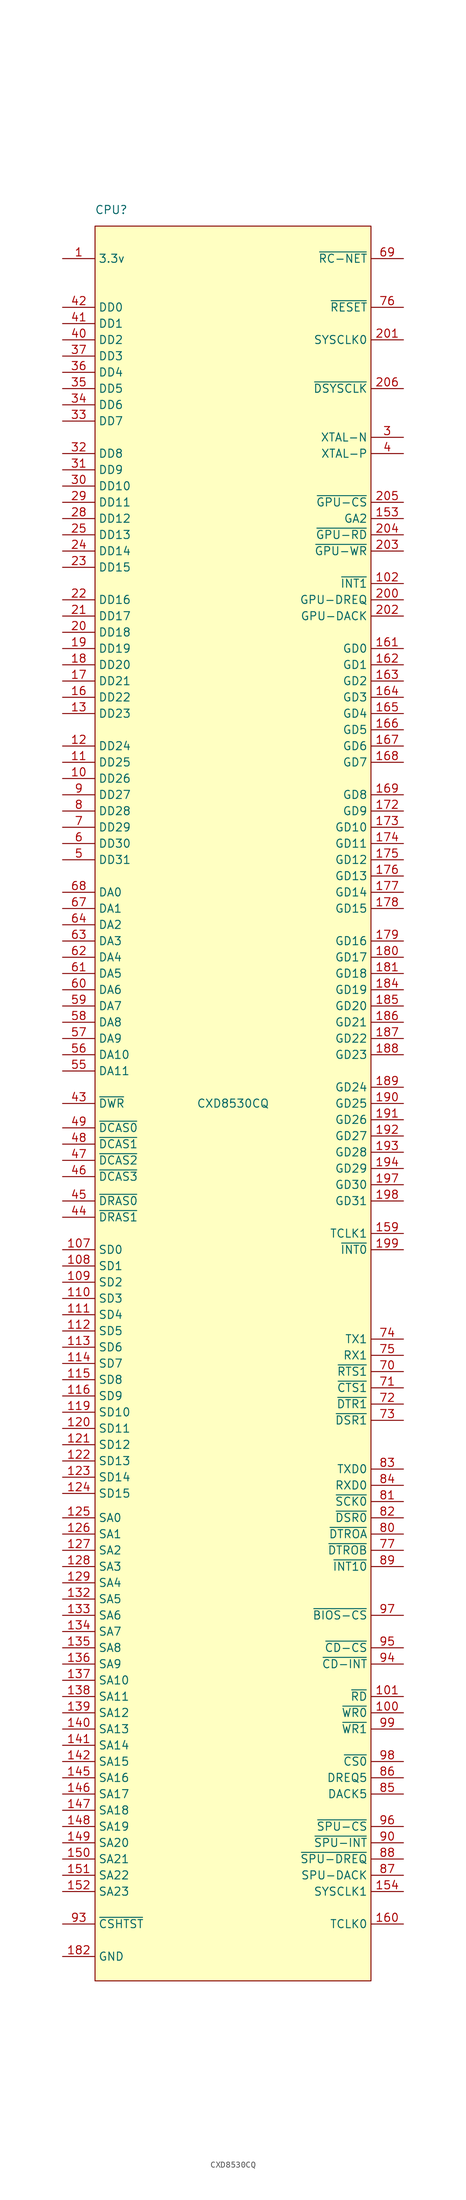
<source format=kicad_sym>
(kicad_symbol_lib
  (version 20211014)
  (generator kicad_symbol_editor)
  (symbol "CXD8530CQ"
    (property "Reference" "CPU"
      (at -19.05 139.7 0)
      (effects (font (size 1.27 1.27))))
    (property "Value" "CXD8530CQ"
      (at 0 0 0)
      (effects (font (size 1.27 1.27))))
    (symbol "CXD8530CQ_0_0"
      (pin output line (at -26.67 -123.19 0) (length 5.08) (name "SA23" (effects (font (size 1.27 1.27)))) (number "152" (effects (font (size 1.27 1.27)))))
      (pin bidirectional line (at 26.67 63.5 180) (length 5.08) (name "GD3" (effects (font (size 1.27 1.27)))) (number "164" (effects (font (size 1.27 1.27)))))
      (pin bidirectional line (at 26.67 0 180) (length 5.08) (name "GD25" (effects (font (size 1.27 1.27)))) (number "190" (effects (font (size 1.27 1.27)))))
      (pin bidirectional line (at 26.67 -10.16 180) (length 5.08) (name "GD29" (effects (font (size 1.27 1.27)))) (number "194" (effects (font (size 1.27 1.27)))))
      (pin bidirectional line (at 26.67 -15.24 180) (length 5.08) (name "GD31" (effects (font (size 1.27 1.27)))) (number "198" (effects (font (size 1.27 1.27)))))
      (pin input line (at 26.67 78.74 180) (length 5.08) (name "GPU-DREQ" (effects (font (size 1.27 1.27)))) (number "200" (effects (font (size 1.27 1.27)))))
      (pin output line (at 26.67 88.9 180) (length 5.08) (name "~{GPU-RD}" (effects (font (size 1.27 1.27)))) (number "204" (effects (font (size 1.27 1.27)))))
      (pin passive line (at -26.67 -133.35 0) (length 5.08) hide (name "GND" (effects (font (size 1.27 1.27)))) (number "207" (effects (font (size 1.27 1.27))))))
    (symbol "CXD8530CQ_0_1"
      (rectangle (start -21.59 137.16) (end 21.59 -137.16) (stroke (width 0) (type default) (color 0 0 0 0)) (fill (type background)))
      (pin passive line (at -26.67 -133.35 0) (length 5.08) hide (name "GND" (effects (font (size 1.27 1.27)))) (number "155" (effects (font (size 1.27 1.27)))))
      (pin bidirectional line (at 26.67 40.64 180) (length 5.08) (name "GD11" (effects (font (size 1.27 1.27)))) (number "174" (effects (font (size 1.27 1.27)))))
      (pin bidirectional line (at 26.67 17.78 180) (length 5.08) (name "GD19" (effects (font (size 1.27 1.27)))) (number "184" (effects (font (size 1.27 1.27))))))
    (symbol "CXD8530CQ_1_1"
      (pin power_in line (at -26.67 132.08 0) (length 5.08) (name "3.3v" (effects (font (size 1.27 1.27)))) (number "1" (effects (font (size 1.27 1.27)))))
      (pin tri_state line (at -26.67 50.8 0) (length 5.08) (name "DD26" (effects (font (size 1.27 1.27)))) (number "10" (effects (font (size 1.27 1.27)))))
      (pin output line (at 26.67 -95.25 180) (length 5.08) (name "~{WR0}" (effects (font (size 1.27 1.27)))) (number "100" (effects (font (size 1.27 1.27)))))
      (pin input line (at 26.67 -92.71 180) (length 5.08) (name "~{RD}" (effects (font (size 1.27 1.27)))) (number "101" (effects (font (size 1.27 1.27)))))
      (pin passive line (at 26.67 81.28 180) (length 5.08) (name "~{INT1}" (effects (font (size 1.27 1.27)))) (number "102" (effects (font (size 1.27 1.27)))))
      (pin passive line (at -26.67 132.08 0) (length 5.08) hide (name "3.3v" (effects (font (size 1.27 1.27)))) (number "103" (effects (font (size 1.27 1.27)))))
      (pin passive line (at -26.67 -133.35 0) (length 5.08) hide (name "GND" (effects (font (size 1.27 1.27)))) (number "104" (effects (font (size 1.27 1.27)))))
      (pin passive line (at -26.67 132.08 0) (length 5.08) hide (name "3.3v" (effects (font (size 1.27 1.27)))) (number "105" (effects (font (size 1.27 1.27)))))
      (pin passive line (at -26.67 132.08 0) (length 5.08) hide (name "3.3v" (effects (font (size 1.27 1.27)))) (number "106" (effects (font (size 1.27 1.27)))))
      (pin tri_state line (at -26.67 -22.86 0) (length 5.08) (name "SD0" (effects (font (size 1.27 1.27)))) (number "107" (effects (font (size 1.27 1.27)))))
      (pin tri_state line (at -26.67 -25.4 0) (length 5.08) (name "SD1" (effects (font (size 1.27 1.27)))) (number "108" (effects (font (size 1.27 1.27)))))
      (pin tri_state line (at -26.67 -27.94 0) (length 5.08) (name "SD2" (effects (font (size 1.27 1.27)))) (number "109" (effects (font (size 1.27 1.27)))))
      (pin tri_state line (at -26.67 53.34 0) (length 5.08) (name "DD25" (effects (font (size 1.27 1.27)))) (number "11" (effects (font (size 1.27 1.27)))))
      (pin tri_state line (at -26.67 -30.48 0) (length 5.08) (name "SD3" (effects (font (size 1.27 1.27)))) (number "110" (effects (font (size 1.27 1.27)))))
      (pin tri_state line (at -26.67 -33.02 0) (length 5.08) (name "SD4" (effects (font (size 1.27 1.27)))) (number "111" (effects (font (size 1.27 1.27)))))
      (pin tri_state line (at -26.67 -35.56 0) (length 5.08) (name "SD5" (effects (font (size 1.27 1.27)))) (number "112" (effects (font (size 1.27 1.27)))))
      (pin tri_state line (at -26.67 -38.1 0) (length 5.08) (name "SD6" (effects (font (size 1.27 1.27)))) (number "113" (effects (font (size 1.27 1.27)))))
      (pin tri_state line (at -26.67 -40.64 0) (length 5.08) (name "SD7" (effects (font (size 1.27 1.27)))) (number "114" (effects (font (size 1.27 1.27)))))
      (pin tri_state line (at -26.67 -43.18 0) (length 5.08) (name "SD8" (effects (font (size 1.27 1.27)))) (number "115" (effects (font (size 1.27 1.27)))))
      (pin tri_state line (at -26.67 -45.72 0) (length 5.08) (name "SD9" (effects (font (size 1.27 1.27)))) (number "116" (effects (font (size 1.27 1.27)))))
      (pin passive line (at -26.67 -133.35 0) (length 5.08) hide (name "GND" (effects (font (size 1.27 1.27)))) (number "117" (effects (font (size 1.27 1.27)))))
      (pin passive line (at -26.67 132.08 0) (length 5.08) hide (name "3.3v" (effects (font (size 1.27 1.27)))) (number "118" (effects (font (size 1.27 1.27)))))
      (pin tri_state line (at -26.67 -48.26 0) (length 5.08) (name "SD10" (effects (font (size 1.27 1.27)))) (number "119" (effects (font (size 1.27 1.27)))))
      (pin tri_state line (at -26.67 55.88 0) (length 5.08) (name "DD24" (effects (font (size 1.27 1.27)))) (number "12" (effects (font (size 1.27 1.27)))))
      (pin tri_state line (at -26.67 -50.8 0) (length 5.08) (name "SD11" (effects (font (size 1.27 1.27)))) (number "120" (effects (font (size 1.27 1.27)))))
      (pin tri_state line (at -26.67 -53.34 0) (length 5.08) (name "SD12" (effects (font (size 1.27 1.27)))) (number "121" (effects (font (size 1.27 1.27)))))
      (pin tri_state line (at -26.67 -55.88 0) (length 5.08) (name "SD13" (effects (font (size 1.27 1.27)))) (number "122" (effects (font (size 1.27 1.27)))))
      (pin tri_state line (at -26.67 -58.42 0) (length 5.08) (name "SD14" (effects (font (size 1.27 1.27)))) (number "123" (effects (font (size 1.27 1.27)))))
      (pin tri_state line (at -26.67 -60.96 0) (length 5.08) (name "SD15" (effects (font (size 1.27 1.27)))) (number "124" (effects (font (size 1.27 1.27)))))
      (pin output line (at -26.67 -64.77 0) (length 5.08) (name "SA0" (effects (font (size 1.27 1.27)))) (number "125" (effects (font (size 1.27 1.27)))))
      (pin output line (at -26.67 -67.31 0) (length 5.08) (name "SA1" (effects (font (size 1.27 1.27)))) (number "126" (effects (font (size 1.27 1.27)))))
      (pin output line (at -26.67 -69.85 0) (length 5.08) (name "SA2" (effects (font (size 1.27 1.27)))) (number "127" (effects (font (size 1.27 1.27)))))
      (pin output line (at -26.67 -72.39 0) (length 5.08) (name "SA3" (effects (font (size 1.27 1.27)))) (number "128" (effects (font (size 1.27 1.27)))))
      (pin output line (at -26.67 -74.93 0) (length 5.08) (name "SA4" (effects (font (size 1.27 1.27)))) (number "129" (effects (font (size 1.27 1.27)))))
      (pin tri_state line (at -26.67 60.96 0) (length 5.08) (name "DD23" (effects (font (size 1.27 1.27)))) (number "13" (effects (font (size 1.27 1.27)))))
      (pin passive line (at -26.67 -133.35 0) (length 5.08) hide (name "GND" (effects (font (size 1.27 1.27)))) (number "130" (effects (font (size 1.27 1.27)))))
      (pin passive line (at -26.67 132.08 0) (length 5.08) hide (name "3.3v" (effects (font (size 1.27 1.27)))) (number "131" (effects (font (size 1.27 1.27)))))
      (pin output line (at -26.67 -77.47 0) (length 5.08) (name "SA5" (effects (font (size 1.27 1.27)))) (number "132" (effects (font (size 1.27 1.27)))))
      (pin output line (at -26.67 -80.01 0) (length 5.08) (name "SA6" (effects (font (size 1.27 1.27)))) (number "133" (effects (font (size 1.27 1.27)))))
      (pin output line (at -26.67 -82.55 0) (length 5.08) (name "SA7" (effects (font (size 1.27 1.27)))) (number "134" (effects (font (size 1.27 1.27)))))
      (pin output line (at -26.67 -85.09 0) (length 5.08) (name "SA8" (effects (font (size 1.27 1.27)))) (number "135" (effects (font (size 1.27 1.27)))))
      (pin output line (at -26.67 -87.63 0) (length 5.08) (name "SA9" (effects (font (size 1.27 1.27)))) (number "136" (effects (font (size 1.27 1.27)))))
      (pin output line (at -26.67 -90.17 0) (length 5.08) (name "SA10" (effects (font (size 1.27 1.27)))) (number "137" (effects (font (size 1.27 1.27)))))
      (pin output line (at -26.67 -92.71 0) (length 5.08) (name "SA11" (effects (font (size 1.27 1.27)))) (number "138" (effects (font (size 1.27 1.27)))))
      (pin output line (at -26.67 -95.25 0) (length 5.08) (name "SA12" (effects (font (size 1.27 1.27)))) (number "139" (effects (font (size 1.27 1.27)))))
      (pin passive line (at -26.67 132.08 0) (length 5.08) hide (name "3.3v" (effects (font (size 1.27 1.27)))) (number "14" (effects (font (size 1.27 1.27)))))
      (pin output line (at -26.67 -97.79 0) (length 5.08) (name "SA13" (effects (font (size 1.27 1.27)))) (number "140" (effects (font (size 1.27 1.27)))))
      (pin output line (at -26.67 -100.33 0) (length 5.08) (name "SA14" (effects (font (size 1.27 1.27)))) (number "141" (effects (font (size 1.27 1.27)))))
      (pin output line (at -26.67 -102.87 0) (length 5.08) (name "SA15" (effects (font (size 1.27 1.27)))) (number "142" (effects (font (size 1.27 1.27)))))
      (pin passive line (at -26.67 -133.35 0) (length 5.08) hide (name "GND" (effects (font (size 1.27 1.27)))) (number "143" (effects (font (size 1.27 1.27)))))
      (pin passive line (at -26.67 132.08 0) (length 5.08) hide (name "3.3v" (effects (font (size 1.27 1.27)))) (number "144" (effects (font (size 1.27 1.27)))))
      (pin output line (at -26.67 -105.41 0) (length 5.08) (name "SA16" (effects (font (size 1.27 1.27)))) (number "145" (effects (font (size 1.27 1.27)))))
      (pin output line (at -26.67 -107.95 0) (length 5.08) (name "SA17" (effects (font (size 1.27 1.27)))) (number "146" (effects (font (size 1.27 1.27)))))
      (pin output line (at -26.67 -110.49 0) (length 5.08) (name "SA18" (effects (font (size 1.27 1.27)))) (number "147" (effects (font (size 1.27 1.27)))))
      (pin output line (at -26.67 -113.03 0) (length 5.08) (name "SA19" (effects (font (size 1.27 1.27)))) (number "148" (effects (font (size 1.27 1.27)))))
      (pin output line (at -26.67 -115.57 0) (length 5.08) (name "SA20" (effects (font (size 1.27 1.27)))) (number "149" (effects (font (size 1.27 1.27)))))
      (pin passive line (at -26.67 -133.35 0) (length 5.08) hide (name "GND" (effects (font (size 1.27 1.27)))) (number "15" (effects (font (size 1.27 1.27)))))
      (pin output line (at -26.67 -118.11 0) (length 5.08) (name "SA21" (effects (font (size 1.27 1.27)))) (number "150" (effects (font (size 1.27 1.27)))))
      (pin output line (at -26.67 -120.65 0) (length 5.08) (name "SA22" (effects (font (size 1.27 1.27)))) (number "151" (effects (font (size 1.27 1.27)))))
      (pin output line (at 26.67 91.44 180) (length 5.08) (name "GA2" (effects (font (size 1.27 1.27)))) (number "153" (effects (font (size 1.27 1.27)))))
      (pin output line (at 26.67 -123.19 180) (length 5.08) (name "SYSCLK1" (effects (font (size 1.27 1.27)))) (number "154" (effects (font (size 1.27 1.27)))))
      (pin passive line (at -26.67 -133.35 0) (length 5.08) hide (name "GND" (effects (font (size 1.27 1.27)))) (number "156" (effects (font (size 1.27 1.27)))))
      (pin passive line (at -26.67 132.08 0) (length 5.08) hide (name "3.3v" (effects (font (size 1.27 1.27)))) (number "157" (effects (font (size 1.27 1.27)))))
      (pin passive line (at -26.67 132.08 0) (length 5.08) hide (name "3.3v" (effects (font (size 1.27 1.27)))) (number "158" (effects (font (size 1.27 1.27)))))
      (pin output line (at 26.67 -20.32 180) (length 5.08) (name "TCLK1" (effects (font (size 1.27 1.27)))) (number "159" (effects (font (size 1.27 1.27)))))
      (pin tri_state line (at -26.67 63.5 0) (length 5.08) (name "DD22" (effects (font (size 1.27 1.27)))) (number "16" (effects (font (size 1.27 1.27)))))
      (pin output line (at 26.67 -128.27 180) (length 5.08) (name "TCLK0" (effects (font (size 1.27 1.27)))) (number "160" (effects (font (size 1.27 1.27)))))
      (pin bidirectional line (at 26.67 71.12 180) (length 5.08) (name "GD0" (effects (font (size 1.27 1.27)))) (number "161" (effects (font (size 1.27 1.27)))))
      (pin bidirectional line (at 26.67 68.58 180) (length 5.08) (name "GD1" (effects (font (size 1.27 1.27)))) (number "162" (effects (font (size 1.27 1.27)))))
      (pin bidirectional line (at 26.67 66.04 180) (length 5.08) (name "GD2" (effects (font (size 1.27 1.27)))) (number "163" (effects (font (size 1.27 1.27)))))
      (pin bidirectional line (at 26.67 60.96 180) (length 5.08) (name "GD4" (effects (font (size 1.27 1.27)))) (number "165" (effects (font (size 1.27 1.27)))))
      (pin bidirectional line (at 26.67 58.42 180) (length 5.08) (name "GD5" (effects (font (size 1.27 1.27)))) (number "166" (effects (font (size 1.27 1.27)))))
      (pin bidirectional line (at 26.67 55.88 180) (length 5.08) (name "GD6" (effects (font (size 1.27 1.27)))) (number "167" (effects (font (size 1.27 1.27)))))
      (pin bidirectional line (at 26.67 53.34 180) (length 5.08) (name "GD7" (effects (font (size 1.27 1.27)))) (number "168" (effects (font (size 1.27 1.27)))))
      (pin bidirectional line (at 26.67 48.26 180) (length 5.08) (name "GD8" (effects (font (size 1.27 1.27)))) (number "169" (effects (font (size 1.27 1.27)))))
      (pin tri_state line (at -26.67 66.04 0) (length 5.08) (name "DD21" (effects (font (size 1.27 1.27)))) (number "17" (effects (font (size 1.27 1.27)))))
      (pin passive line (at -26.67 -133.35 0) (length 5.08) hide (name "GND" (effects (font (size 1.27 1.27)))) (number "170" (effects (font (size 1.27 1.27)))))
      (pin passive line (at -26.67 132.08 0) (length 5.08) hide (name "3.3v" (effects (font (size 1.27 1.27)))) (number "171" (effects (font (size 1.27 1.27)))))
      (pin bidirectional line (at 26.67 45.72 180) (length 5.08) (name "GD9" (effects (font (size 1.27 1.27)))) (number "172" (effects (font (size 1.27 1.27)))))
      (pin bidirectional line (at 26.67 43.18 180) (length 5.08) (name "GD10" (effects (font (size 1.27 1.27)))) (number "173" (effects (font (size 1.27 1.27)))))
      (pin bidirectional line (at 26.67 38.1 180) (length 5.08) (name "GD12" (effects (font (size 1.27 1.27)))) (number "175" (effects (font (size 1.27 1.27)))))
      (pin bidirectional line (at 26.67 35.56 180) (length 5.08) (name "GD13" (effects (font (size 1.27 1.27)))) (number "176" (effects (font (size 1.27 1.27)))))
      (pin bidirectional line (at 26.67 33.02 180) (length 5.08) (name "GD14" (effects (font (size 1.27 1.27)))) (number "177" (effects (font (size 1.27 1.27)))))
      (pin bidirectional line (at 26.67 30.48 180) (length 5.08) (name "GD15" (effects (font (size 1.27 1.27)))) (number "178" (effects (font (size 1.27 1.27)))))
      (pin bidirectional line (at 26.67 25.4 180) (length 5.08) (name "GD16" (effects (font (size 1.27 1.27)))) (number "179" (effects (font (size 1.27 1.27)))))
      (pin tri_state line (at -26.67 68.58 0) (length 5.08) (name "DD20" (effects (font (size 1.27 1.27)))) (number "18" (effects (font (size 1.27 1.27)))))
      (pin bidirectional line (at 26.67 22.86 180) (length 5.08) (name "GD17" (effects (font (size 1.27 1.27)))) (number "180" (effects (font (size 1.27 1.27)))))
      (pin bidirectional line (at 26.67 20.32 180) (length 5.08) (name "GD18" (effects (font (size 1.27 1.27)))) (number "181" (effects (font (size 1.27 1.27)))))
      (pin passive line (at -26.67 -133.35 0) (length 5.08) (name "GND" (effects (font (size 1.27 1.27)))) (number "182" (effects (font (size 1.27 1.27)))))
      (pin passive line (at -26.67 132.08 0) (length 5.08) hide (name "3.3v" (effects (font (size 1.27 1.27)))) (number "183" (effects (font (size 1.27 1.27)))))
      (pin bidirectional line (at 26.67 15.24 180) (length 5.08) (name "GD20" (effects (font (size 1.27 1.27)))) (number "185" (effects (font (size 1.27 1.27)))))
      (pin bidirectional line (at 26.67 12.7 180) (length 5.08) (name "GD21" (effects (font (size 1.27 1.27)))) (number "186" (effects (font (size 1.27 1.27)))))
      (pin bidirectional line (at 26.67 10.16 180) (length 5.08) (name "GD22" (effects (font (size 1.27 1.27)))) (number "187" (effects (font (size 1.27 1.27)))))
      (pin bidirectional line (at 26.67 7.62 180) (length 5.08) (name "GD23" (effects (font (size 1.27 1.27)))) (number "188" (effects (font (size 1.27 1.27)))))
      (pin bidirectional line (at 26.67 2.54 180) (length 5.08) (name "GD24" (effects (font (size 1.27 1.27)))) (number "189" (effects (font (size 1.27 1.27)))))
      (pin tri_state line (at -26.67 71.12 0) (length 5.08) (name "DD19" (effects (font (size 1.27 1.27)))) (number "19" (effects (font (size 1.27 1.27)))))
      (pin bidirectional line (at 26.67 -2.54 180) (length 5.08) (name "GD26" (effects (font (size 1.27 1.27)))) (number "191" (effects (font (size 1.27 1.27)))))
      (pin bidirectional line (at 26.67 -5.08 180) (length 5.08) (name "GD27" (effects (font (size 1.27 1.27)))) (number "192" (effects (font (size 1.27 1.27)))))
      (pin bidirectional line (at 26.67 -7.62 180) (length 5.08) (name "GD28" (effects (font (size 1.27 1.27)))) (number "193" (effects (font (size 1.27 1.27)))))
      (pin passive line (at -26.67 -133.35 0) (length 5.08) hide (name "GND" (effects (font (size 1.27 1.27)))) (number "195" (effects (font (size 1.27 1.27)))))
      (pin passive line (at -26.67 132.08 0) (length 5.08) hide (name "3.3v" (effects (font (size 1.27 1.27)))) (number "196" (effects (font (size 1.27 1.27)))))
      (pin bidirectional line (at 26.67 -12.7 180) (length 5.08) (name "GD30" (effects (font (size 1.27 1.27)))) (number "197" (effects (font (size 1.27 1.27)))))
      (pin input line (at 26.67 -22.86 180) (length 5.08) (name "~{INT0}" (effects (font (size 1.27 1.27)))) (number "199" (effects (font (size 1.27 1.27)))))
      (pin passive line (at -26.67 132.08 0) (length 5.08) hide (name "3.3v" (effects (font (size 1.27 1.27)))) (number "2" (effects (font (size 1.27 1.27)))))
      (pin tri_state line (at -26.67 73.66 0) (length 5.08) (name "DD18" (effects (font (size 1.27 1.27)))) (number "20" (effects (font (size 1.27 1.27)))))
      (pin output line (at 26.67 119.38 180) (length 5.08) (name "SYSCLK0" (effects (font (size 1.27 1.27)))) (number "201" (effects (font (size 1.27 1.27)))))
      (pin output line (at 26.67 76.2 180) (length 5.08) (name "GPU-DACK" (effects (font (size 1.27 1.27)))) (number "202" (effects (font (size 1.27 1.27)))))
      (pin output line (at 26.67 86.36 180) (length 5.08) (name "~{GPU-WR}" (effects (font (size 1.27 1.27)))) (number "203" (effects (font (size 1.27 1.27)))))
      (pin output line (at 26.67 93.98 180) (length 5.08) (name "~{GPU-CS}" (effects (font (size 1.27 1.27)))) (number "205" (effects (font (size 1.27 1.27)))))
      (pin output line (at 26.67 111.76 180) (length 5.08) (name "~{DSYSCLK}" (effects (font (size 1.27 1.27)))) (number "206" (effects (font (size 1.27 1.27)))))
      (pin passive line (at -26.67 -133.35 0) (length 5.08) hide (name "GND" (effects (font (size 1.27 1.27)))) (number "208" (effects (font (size 1.27 1.27)))))
      (pin tri_state line (at -26.67 76.2 0) (length 5.08) (name "DD17" (effects (font (size 1.27 1.27)))) (number "21" (effects (font (size 1.27 1.27)))))
      (pin tri_state line (at -26.67 78.74 0) (length 5.08) (name "DD16" (effects (font (size 1.27 1.27)))) (number "22" (effects (font (size 1.27 1.27)))))
      (pin tri_state line (at -26.67 83.82 0) (length 5.08) (name "DD15" (effects (font (size 1.27 1.27)))) (number "23" (effects (font (size 1.27 1.27)))))
      (pin tri_state line (at -26.67 86.36 0) (length 5.08) (name "DD14" (effects (font (size 1.27 1.27)))) (number "24" (effects (font (size 1.27 1.27)))))
      (pin tri_state line (at -26.67 88.9 0) (length 5.08) (name "DD13" (effects (font (size 1.27 1.27)))) (number "25" (effects (font (size 1.27 1.27)))))
      (pin passive line (at -26.67 132.08 0) (length 5.08) hide (name "3.3v" (effects (font (size 1.27 1.27)))) (number "26" (effects (font (size 1.27 1.27)))))
      (pin passive line (at -26.67 -133.35 0) (length 5.08) hide (name "GND" (effects (font (size 1.27 1.27)))) (number "27" (effects (font (size 1.27 1.27)))))
      (pin tri_state line (at -26.67 91.44 0) (length 5.08) (name "DD12" (effects (font (size 1.27 1.27)))) (number "28" (effects (font (size 1.27 1.27)))))
      (pin tri_state line (at -26.67 93.98 0) (length 5.08) (name "DD11" (effects (font (size 1.27 1.27)))) (number "29" (effects (font (size 1.27 1.27)))))
      (pin input line (at 26.67 104.14 180) (length 5.08) (name "XTAL-N" (effects (font (size 1.27 1.27)))) (number "3" (effects (font (size 1.27 1.27)))))
      (pin tri_state line (at -26.67 96.52 0) (length 5.08) (name "DD10" (effects (font (size 1.27 1.27)))) (number "30" (effects (font (size 1.27 1.27)))))
      (pin tri_state line (at -26.67 99.06 0) (length 5.08) (name "DD9" (effects (font (size 1.27 1.27)))) (number "31" (effects (font (size 1.27 1.27)))))
      (pin tri_state line (at -26.67 101.6 0) (length 5.08) (name "DD8" (effects (font (size 1.27 1.27)))) (number "32" (effects (font (size 1.27 1.27)))))
      (pin tri_state line (at -26.67 106.68 0) (length 5.08) (name "DD7" (effects (font (size 1.27 1.27)))) (number "33" (effects (font (size 1.27 1.27)))))
      (pin tri_state line (at -26.67 109.22 0) (length 5.08) (name "DD6" (effects (font (size 1.27 1.27)))) (number "34" (effects (font (size 1.27 1.27)))))
      (pin tri_state line (at -26.67 111.76 0) (length 5.08) (name "DD5" (effects (font (size 1.27 1.27)))) (number "35" (effects (font (size 1.27 1.27)))))
      (pin tri_state line (at -26.67 114.3 0) (length 5.08) (name "DD4" (effects (font (size 1.27 1.27)))) (number "36" (effects (font (size 1.27 1.27)))))
      (pin tri_state line (at -26.67 116.84 0) (length 5.08) (name "DD3" (effects (font (size 1.27 1.27)))) (number "37" (effects (font (size 1.27 1.27)))))
      (pin passive line (at -26.67 132.08 0) (length 5.08) hide (name "3.3v" (effects (font (size 1.27 1.27)))) (number "38" (effects (font (size 1.27 1.27)))))
      (pin passive line (at -26.67 -133.35 0) (length 5.08) hide (name "GND" (effects (font (size 1.27 1.27)))) (number "39" (effects (font (size 1.27 1.27)))))
      (pin input line (at 26.67 101.6 180) (length 5.08) (name "XTAL-P" (effects (font (size 1.27 1.27)))) (number "4" (effects (font (size 1.27 1.27)))))
      (pin tri_state line (at -26.67 119.38 0) (length 5.08) (name "DD2" (effects (font (size 1.27 1.27)))) (number "40" (effects (font (size 1.27 1.27)))))
      (pin tri_state line (at -26.67 121.92 0) (length 5.08) (name "DD1" (effects (font (size 1.27 1.27)))) (number "41" (effects (font (size 1.27 1.27)))))
      (pin tri_state line (at -26.67 124.46 0) (length 5.08) (name "DD0" (effects (font (size 1.27 1.27)))) (number "42" (effects (font (size 1.27 1.27)))))
      (pin output line (at -26.67 0 0) (length 5.08) (name "~{DWR}" (effects (font (size 1.27 1.27)))) (number "43" (effects (font (size 1.27 1.27)))))
      (pin output line (at -26.67 -17.78 0) (length 5.08) (name "~{DRAS1}" (effects (font (size 1.27 1.27)))) (number "44" (effects (font (size 1.27 1.27)))))
      (pin output line (at -26.67 -15.24 0) (length 5.08) (name "~{DRAS0}" (effects (font (size 1.27 1.27)))) (number "45" (effects (font (size 1.27 1.27)))))
      (pin output line (at -26.67 -11.43 0) (length 5.08) (name "~{DCAS3}" (effects (font (size 1.27 1.27)))) (number "46" (effects (font (size 1.27 1.27)))))
      (pin output line (at -26.67 -8.89 0) (length 5.08) (name "~{DCAS2}" (effects (font (size 1.27 1.27)))) (number "47" (effects (font (size 1.27 1.27)))))
      (pin output line (at -26.67 -6.35 0) (length 5.08) (name "~{DCAS1}" (effects (font (size 1.27 1.27)))) (number "48" (effects (font (size 1.27 1.27)))))
      (pin output line (at -26.67 -3.81 0) (length 5.08) (name "~{DCAS0}" (effects (font (size 1.27 1.27)))) (number "49" (effects (font (size 1.27 1.27)))))
      (pin tri_state line (at -26.67 38.1 0) (length 5.08) (name "DD31" (effects (font (size 1.27 1.27)))) (number "5" (effects (font (size 1.27 1.27)))))
      (pin passive line (at -26.67 132.08 0) (length 5.08) hide (name "3.3v" (effects (font (size 1.27 1.27)))) (number "50" (effects (font (size 1.27 1.27)))))
      (pin passive line (at -26.67 -133.35 0) (length 5.08) hide (name "GND" (effects (font (size 1.27 1.27)))) (number "51" (effects (font (size 1.27 1.27)))))
      (pin passive line (at -26.67 -133.35 0) (length 5.08) hide (name "GND" (effects (font (size 1.27 1.27)))) (number "52" (effects (font (size 1.27 1.27)))))
      (pin passive line (at -26.67 132.08 0) (length 5.08) hide (name "3.3v" (effects (font (size 1.27 1.27)))) (number "53" (effects (font (size 1.27 1.27)))))
      (pin passive line (at -26.67 132.08 0) (length 5.08) hide (name "3.3v" (effects (font (size 1.27 1.27)))) (number "54" (effects (font (size 1.27 1.27)))))
      (pin output line (at -26.67 5.08 0) (length 5.08) (name "DA11" (effects (font (size 1.27 1.27)))) (number "55" (effects (font (size 1.27 1.27)))))
      (pin output line (at -26.67 7.62 0) (length 5.08) (name "DA10" (effects (font (size 1.27 1.27)))) (number "56" (effects (font (size 1.27 1.27)))))
      (pin output line (at -26.67 10.16 0) (length 5.08) (name "DA9" (effects (font (size 1.27 1.27)))) (number "57" (effects (font (size 1.27 1.27)))))
      (pin output line (at -26.67 12.7 0) (length 5.08) (name "DA8" (effects (font (size 1.27 1.27)))) (number "58" (effects (font (size 1.27 1.27)))))
      (pin output line (at -26.67 15.24 0) (length 5.08) (name "DA7" (effects (font (size 1.27 1.27)))) (number "59" (effects (font (size 1.27 1.27)))))
      (pin tri_state line (at -26.67 40.64 0) (length 5.08) (name "DD30" (effects (font (size 1.27 1.27)))) (number "6" (effects (font (size 1.27 1.27)))))
      (pin output line (at -26.67 17.78 0) (length 5.08) (name "DA6" (effects (font (size 1.27 1.27)))) (number "60" (effects (font (size 1.27 1.27)))))
      (pin output line (at -26.67 20.32 0) (length 5.08) (name "DA5" (effects (font (size 1.27 1.27)))) (number "61" (effects (font (size 1.27 1.27)))))
      (pin output line (at -26.67 22.86 0) (length 5.08) (name "DA4" (effects (font (size 1.27 1.27)))) (number "62" (effects (font (size 1.27 1.27)))))
      (pin output line (at -26.67 25.4 0) (length 5.08) (name "DA3" (effects (font (size 1.27 1.27)))) (number "63" (effects (font (size 1.27 1.27)))))
      (pin output line (at -26.67 27.94 0) (length 5.08) (name "DA2" (effects (font (size 1.27 1.27)))) (number "64" (effects (font (size 1.27 1.27)))))
      (pin passive line (at -26.67 -133.35 0) (length 5.08) hide (name "GND" (effects (font (size 1.27 1.27)))) (number "65" (effects (font (size 1.27 1.27)))))
      (pin passive line (at -26.67 132.08 0) (length 5.08) hide (name "3.3v" (effects (font (size 1.27 1.27)))) (number "66" (effects (font (size 1.27 1.27)))))
      (pin output line (at -26.67 30.48 0) (length 5.08) (name "DA1" (effects (font (size 1.27 1.27)))) (number "67" (effects (font (size 1.27 1.27)))))
      (pin output line (at -26.67 33.02 0) (length 5.08) (name "DA0" (effects (font (size 1.27 1.27)))) (number "68" (effects (font (size 1.27 1.27)))))
      (pin input line (at 26.67 132.08 180) (length 5.08) (name "~{RC-NET}" (effects (font (size 1.27 1.27)))) (number "69" (effects (font (size 1.27 1.27)))))
      (pin tri_state line (at -26.67 43.18 0) (length 5.08) (name "DD29" (effects (font (size 1.27 1.27)))) (number "7" (effects (font (size 1.27 1.27)))))
      (pin output line (at 26.67 -41.91 180) (length 5.08) (name "~{RTS1}" (effects (font (size 1.27 1.27)))) (number "70" (effects (font (size 1.27 1.27)))))
      (pin input line (at 26.67 -44.45 180) (length 5.08) (name "~{CTS1}" (effects (font (size 1.27 1.27)))) (number "71" (effects (font (size 1.27 1.27)))))
      (pin input line (at 26.67 -46.99 180) (length 5.08) (name "~{DTR1}" (effects (font (size 1.27 1.27)))) (number "72" (effects (font (size 1.27 1.27)))))
      (pin output line (at 26.67 -49.53 180) (length 5.08) (name "~{DSR1}" (effects (font (size 1.27 1.27)))) (number "73" (effects (font (size 1.27 1.27)))))
      (pin output line (at 26.67 -36.83 180) (length 5.08) (name "TX1" (effects (font (size 1.27 1.27)))) (number "74" (effects (font (size 1.27 1.27)))))
      (pin input line (at 26.67 -39.37 180) (length 5.08) (name "RX1" (effects (font (size 1.27 1.27)))) (number "75" (effects (font (size 1.27 1.27)))))
      (pin input line (at 26.67 124.46 180) (length 5.08) (name "~{RESET}" (effects (font (size 1.27 1.27)))) (number "76" (effects (font (size 1.27 1.27)))))
      (pin output line (at 26.67 -69.85 180) (length 5.08) (name "~{DTROB}" (effects (font (size 1.27 1.27)))) (number "77" (effects (font (size 1.27 1.27)))))
      (pin passive line (at -26.67 -133.35 0) (length 5.08) hide (name "GND" (effects (font (size 1.27 1.27)))) (number "78" (effects (font (size 1.27 1.27)))))
      (pin passive line (at -26.67 132.08 0) (length 5.08) hide (name "3.3v" (effects (font (size 1.27 1.27)))) (number "79" (effects (font (size 1.27 1.27)))))
      (pin tri_state line (at -26.67 45.72 0) (length 5.08) (name "DD28" (effects (font (size 1.27 1.27)))) (number "8" (effects (font (size 1.27 1.27)))))
      (pin output line (at 26.67 -67.31 180) (length 5.08) (name "~{DTROA}" (effects (font (size 1.27 1.27)))) (number "80" (effects (font (size 1.27 1.27)))))
      (pin output line (at 26.67 -62.23 180) (length 5.08) (name "~{SCK0}" (effects (font (size 1.27 1.27)))) (number "81" (effects (font (size 1.27 1.27)))))
      (pin output line (at 26.67 -64.77 180) (length 5.08) (name "~{DSR0}" (effects (font (size 1.27 1.27)))) (number "82" (effects (font (size 1.27 1.27)))))
      (pin output line (at 26.67 -57.15 180) (length 5.08) (name "TXD0" (effects (font (size 1.27 1.27)))) (number "83" (effects (font (size 1.27 1.27)))))
      (pin input line (at 26.67 -59.69 180) (length 5.08) (name "RXD0" (effects (font (size 1.27 1.27)))) (number "84" (effects (font (size 1.27 1.27)))))
      (pin output line (at 26.67 -107.95 180) (length 5.08) (name "DACK5" (effects (font (size 1.27 1.27)))) (number "85" (effects (font (size 1.27 1.27)))))
      (pin input line (at 26.67 -105.41 180) (length 5.08) (name "DREQ5" (effects (font (size 1.27 1.27)))) (number "86" (effects (font (size 1.27 1.27)))))
      (pin output line (at 26.67 -120.65 180) (length 5.08) (name "SPU-DACK" (effects (font (size 1.27 1.27)))) (number "87" (effects (font (size 1.27 1.27)))))
      (pin input line (at 26.67 -118.11 180) (length 5.08) (name "~{SPU-DREQ}" (effects (font (size 1.27 1.27)))) (number "88" (effects (font (size 1.27 1.27)))))
      (pin input line (at 26.67 -72.39 180) (length 5.08) (name "~{INT10}" (effects (font (size 1.27 1.27)))) (number "89" (effects (font (size 1.27 1.27)))))
      (pin tri_state line (at -26.67 48.26 0) (length 5.08) (name "DD27" (effects (font (size 1.27 1.27)))) (number "9" (effects (font (size 1.27 1.27)))))
      (pin input line (at 26.67 -115.57 180) (length 5.08) (name "~{SPU-INT}" (effects (font (size 1.27 1.27)))) (number "90" (effects (font (size 1.27 1.27)))))
      (pin passive line (at -26.67 -133.35 0) (length 5.08) hide (name "GND" (effects (font (size 1.27 1.27)))) (number "91" (effects (font (size 1.27 1.27)))))
      (pin passive line (at -26.67 132.08 0) (length 5.08) hide (name "3.3v" (effects (font (size 1.27 1.27)))) (number "92" (effects (font (size 1.27 1.27)))))
      (pin input line (at -26.67 -128.27 0) (length 5.08) (name "~{CSHTST}" (effects (font (size 1.27 1.27)))) (number "93" (effects (font (size 1.27 1.27)))))
      (pin input line (at 26.67 -87.63 180) (length 5.08) (name "~{CD-INT}" (effects (font (size 1.27 1.27)))) (number "94" (effects (font (size 1.27 1.27)))))
      (pin output line (at 26.67 -85.09 180) (length 5.08) (name "~{CD-CS}" (effects (font (size 1.27 1.27)))) (number "95" (effects (font (size 1.27 1.27)))))
      (pin output line (at 26.67 -113.03 180) (length 5.08) (name "~{SPU-CS}" (effects (font (size 1.27 1.27)))) (number "96" (effects (font (size 1.27 1.27)))))
      (pin output line (at 26.67 -80.01 180) (length 5.08) (name "~{BIOS-CS}" (effects (font (size 1.27 1.27)))) (number "97" (effects (font (size 1.27 1.27)))))
      (pin output line (at 26.67 -102.87 180) (length 5.08) (name "~{CS0}" (effects (font (size 1.27 1.27)))) (number "98" (effects (font (size 1.27 1.27)))))
      (pin output line (at 26.67 -97.79 180) (length 5.08) (name "~{WR1}" (effects (font (size 1.27 1.27)))) (number "99" (effects (font (size 1.27 1.27))))))))
</source>
